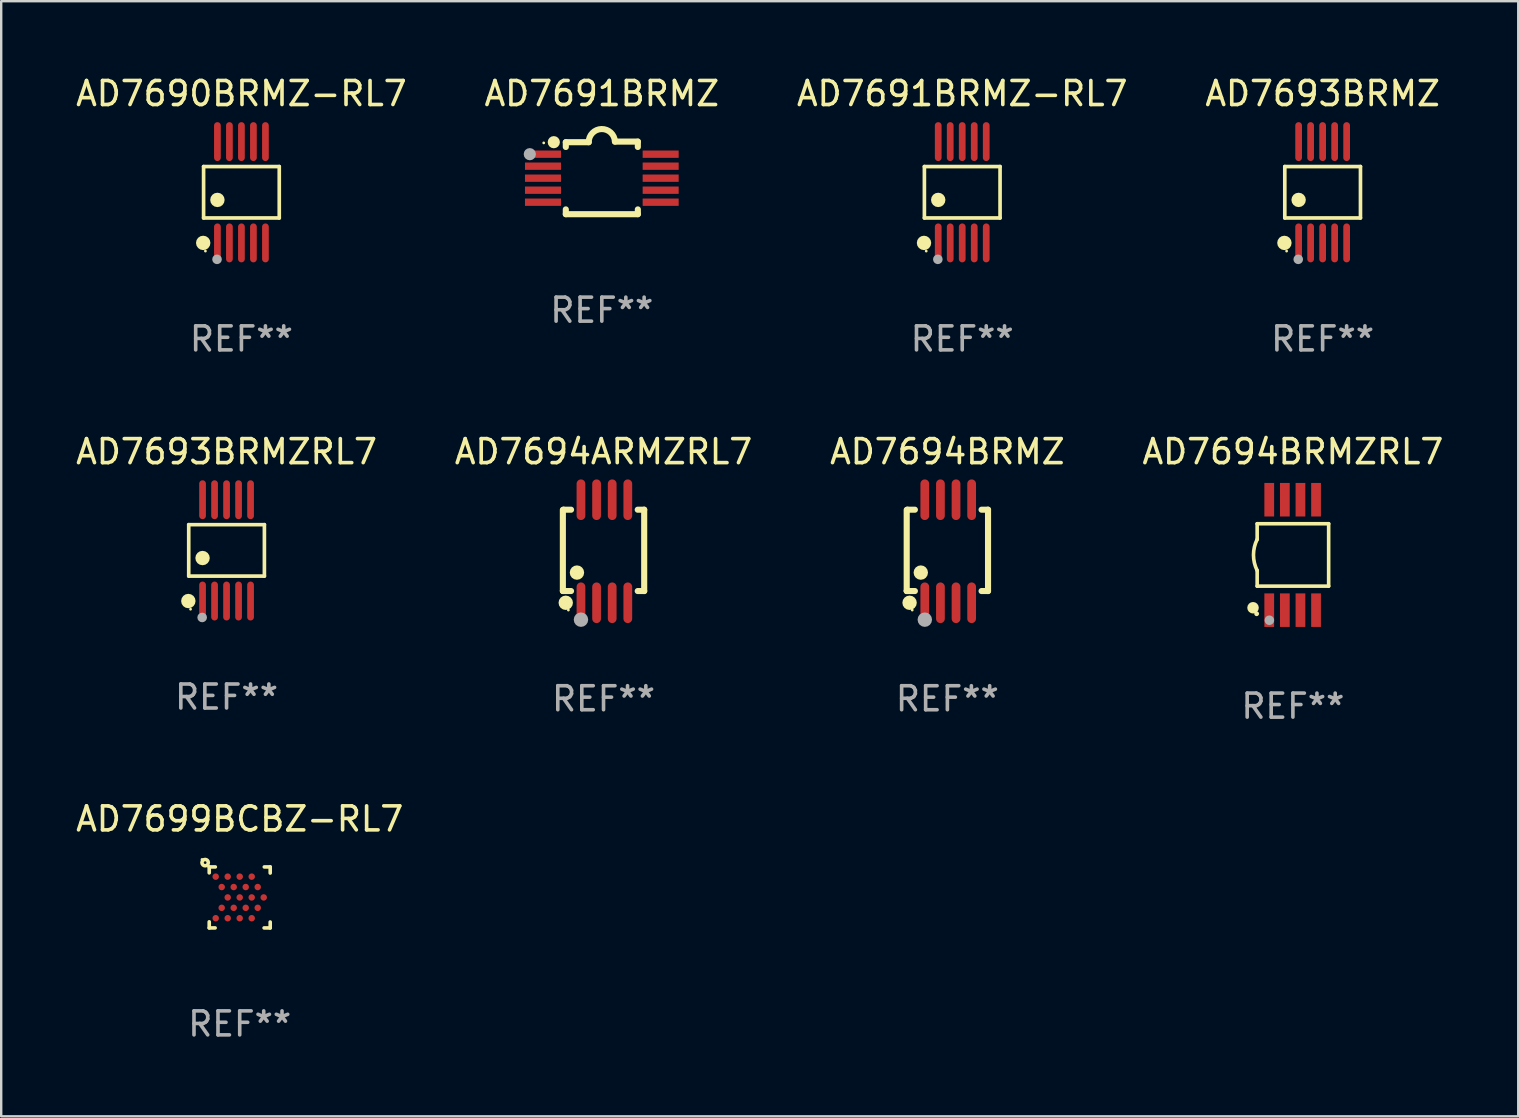
<source format=kicad_pcb>
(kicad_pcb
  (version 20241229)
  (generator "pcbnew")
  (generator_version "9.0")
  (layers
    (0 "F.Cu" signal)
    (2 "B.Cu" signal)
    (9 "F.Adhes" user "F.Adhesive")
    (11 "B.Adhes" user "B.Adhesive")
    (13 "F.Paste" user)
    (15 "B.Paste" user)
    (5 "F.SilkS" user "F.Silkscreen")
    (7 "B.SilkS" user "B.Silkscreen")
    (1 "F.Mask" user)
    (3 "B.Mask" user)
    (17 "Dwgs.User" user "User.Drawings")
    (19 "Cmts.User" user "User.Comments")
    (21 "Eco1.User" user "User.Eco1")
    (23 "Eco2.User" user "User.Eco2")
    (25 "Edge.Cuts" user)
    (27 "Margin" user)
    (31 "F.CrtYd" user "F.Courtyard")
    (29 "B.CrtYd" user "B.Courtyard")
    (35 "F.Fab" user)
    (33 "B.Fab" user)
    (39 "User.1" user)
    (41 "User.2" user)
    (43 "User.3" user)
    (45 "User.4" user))
  (footprint "AD7694BRMZRL7"
    (layer "F.Cu")
    (at 50.804 20.065)
    (property "Reference" "AD7694BRMZRL7" (at 0 -4.3 0) (layer "F.SilkS") (effects (font (size 1 1) (thickness 0.15))))
    (attr through_hole)
    (fp_line (start -1.489 -1.3) (end -1.489 -0.648) (stroke (width 0.15) (type solid)) (layer "F.SilkS"))
    (fp_line (start -1.489 0.648) (end -1.489 1.3) (stroke (width 0.15) (type solid)) (layer "F.SilkS"))
    (fp_line (start -1.489 1.3) (end 1.489 1.3) (stroke (width 0.15) (type solid)) (layer "F.SilkS"))
    (fp_line (start 1.489 -1.3) (end -1.489 -1.3) (stroke (width 0.15) (type solid)) (layer "F.SilkS"))
    (fp_line (start 1.489 1.3) (end 1.489 -1.3) (stroke (width 0.15) (type solid)) (layer "F.SilkS"))
    (fp_arc (start -1.489205 0.647702) (mid -1.642107 0) (end -1.489205 -0.647701) (stroke (width 0.150013) (type solid)) (layer "F.SilkS"))
    (fp_circle (center -1.661 2.2) (end -1.541 2.2) (stroke (width 0.24) (type solid)) (fill no) (layer "F.SilkS"))
    (fp_circle (center -1.511 2.45) (end -1.461 2.45) (stroke (width 0.1) (type solid)) (fill no) (layer "F.SilkS"))
    (fp_circle (center -0.981 2.72) (end -0.881 2.72) (stroke (width 0.2) (type solid)) (fill no) (layer "F.Fab"))
    (fp_text user "REF**" (at 0 6.3 0) (layer "F.Fab") (effects (font (size 1 1) (thickness 0.15))))
    (pad "1" smd rect (at -0.986 2.3) (size 0.406 1.397) (layers "F.Cu" "F.Mask" "F.Paste"))
    (pad "2" smd rect (at -0.336 2.3) (size 0.406 1.397) (layers "F.Cu" "F.Mask" "F.Paste"))
    (pad "3" smd rect (at 0.314 2.3) (size 0.406 1.397) (layers "F.Cu" "F.Mask" "F.Paste"))
    (pad "4" smd rect (at 0.964 2.3) (size 0.406 1.397) (layers "F.Cu" "F.Mask" "F.Paste"))
    (pad "5" smd rect (at 0.964 -2.3) (size 0.406 1.397) (layers "F.Cu" "F.Mask" "F.Paste"))
    (pad "6" smd rect (at 0.314 -2.3) (size 0.406 1.397) (layers "F.Cu" "F.Mask" "F.Paste"))
    (pad "7" smd rect (at -0.336 -2.3) (size 0.406 1.397) (layers "F.Cu" "F.Mask" "F.Paste"))
    (pad "8" smd rect (at -0.986 -2.3) (size 0.406 1.397) (layers "F.Cu" "F.Mask" "F.Paste")))
  (footprint "AD7690BRMZ-RL7"
    (layer "F.Cu")
    (at 7.006 4.958)
    (property "Reference" "AD7690BRMZ-RL7" (at 0 -4.11 0) (layer "F.SilkS") (effects (font (size 1 1) (thickness 0.15))))
    (attr through_hole)
    (fp_line (start -1.576 -1.071) (end 1.576 -1.071) (stroke (width 0.152) (type solid)) (layer "F.SilkS"))
    (fp_line (start -1.576 1.071) (end -1.576 -1.071) (stroke (width 0.152) (type solid)) (layer "F.SilkS"))
    (fp_line (start 1.576 -1.071) (end 1.576 1.071) (stroke (width 0.152) (type solid)) (layer "F.SilkS"))
    (fp_line (start 1.576 1.071) (end -1.576 1.071) (stroke (width 0.152) (type solid)) (layer "F.SilkS"))
    (fp_circle (center -1.592 2.11) (end -1.442 2.11) (stroke (width 0.3) (type solid)) (fill no) (layer "F.SilkS"))
    (fp_circle (center -1.5 2.45) (end -1.47 2.45) (stroke (width 0.06) (type solid)) (fill no) (layer "F.SilkS"))
    (fp_circle (center -1 0.319) (end -0.85 0.319) (stroke (width 0.3) (type solid)) (fill no) (layer "F.SilkS"))
    (fp_circle (center -1.016 2.794) (end -0.916 2.794) (stroke (width 0.2) (type solid)) (fill no) (layer "F.Fab"))
    (fp_text user "REF**" (at 0 6.11 0) (layer "F.Fab") (effects (font (size 1 1) (thickness 0.15))))
    (pad "1" smd oval (at -1 2.11) (size 0.28 1.62) (layers "F.Cu" "F.Mask" "F.Paste"))
    (pad "2" smd oval (at -0.5 2.11) (size 0.28 1.62) (layers "F.Cu" "F.Mask" "F.Paste"))
    (pad "3" smd oval (at 0 2.11) (size 0.28 1.62) (layers "F.Cu" "F.Mask" "F.Paste"))
    (pad "4" smd oval (at 0.5 2.11) (size 0.28 1.62) (layers "F.Cu" "F.Mask" "F.Paste"))
    (pad "5" smd oval (at 1 2.11) (size 0.28 1.62) (layers "F.Cu" "F.Mask" "F.Paste"))
    (pad "6" smd oval (at 1 -2.11) (size 0.28 1.62) (layers "F.Cu" "F.Mask" "F.Paste"))
    (pad "7" smd oval (at 0.5 -2.11) (size 0.28 1.62) (layers "F.Cu" "F.Mask" "F.Paste"))
    (pad "8" smd oval (at 0 -2.11) (size 0.28 1.62) (layers "F.Cu" "F.Mask" "F.Paste"))
    (pad "9" smd oval (at -0.5 -2.11) (size 0.28 1.62) (layers "F.Cu" "F.Mask" "F.Paste"))
    (pad "10" smd oval (at -1 -2.11) (size 0.28 1.62) (layers "F.Cu" "F.Mask" "F.Paste")))
  (footprint "AD7699BCBZ-RL7"
    (layer "F.Cu")
    (at 6.935 34.331)
    (property "Reference" "AD7699BCBZ-RL7" (at 0 -3.27 0) (layer "F.SilkS") (effects (font (size 1 1) (thickness 0.15))))
    (attr through_hole)
    (fp_line (start -1.27 -1.27) (end -1.016 -1.27) (stroke (width 0.15) (type solid)) (layer "F.SilkS"))
    (fp_line (start -1.27 -1.024) (end -1.27 -1.27) (stroke (width 0.15) (type solid)) (layer "F.SilkS"))
    (fp_line (start -1.27 1.27) (end -1.27 1.016) (stroke (width 0.15) (type solid)) (layer "F.SilkS"))
    (fp_line (start -1.024 1.27) (end -1.27 1.27) (stroke (width 0.15) (type solid)) (layer "F.SilkS"))
    (fp_line (start 1.024 -1.27) (end 1.27 -1.27) (stroke (width 0.15) (type solid)) (layer "F.SilkS"))
    (fp_line (start 1.27 -1.27) (end 1.27 -1.016) (stroke (width 0.15) (type solid)) (layer "F.SilkS"))
    (fp_line (start 1.27 1.024) (end 1.27 1.27) (stroke (width 0.15) (type solid)) (layer "F.SilkS"))
    (fp_line (start 1.27 1.27) (end 1.016 1.27) (stroke (width 0.15) (type solid)) (layer "F.SilkS"))
    (fp_circle (center -1.572 -1.582) (end -1.542 -1.582) (stroke (width 0.06) (type solid)) (fill no) (layer "F.SilkS"))
    (fp_circle (center -1.44 -1.45) (end -1.383 -1.45) (stroke (width 0.15) (type solid)) (fill no) (layer "F.SilkS"))
    (fp_text user "REF**" (at 0 5.27 0) (layer "F.Fab") (effects (font (size 1 1) (thickness 0.15))))
    (pad "A1" smd circle (at -1 -0.866) (size 0.27 0.27) (layers "F.Cu" "F.Mask" "F.Paste"))
    (pad "A3" smd circle (at -0.5 -0.866) (size 0.27 0.27) (layers "F.Cu" "F.Mask" "F.Paste"))
    (pad "A5" smd circle (at 0 -0.866) (size 0.27 0.27) (layers "F.Cu" "F.Mask" "F.Paste"))
    (pad "A7" smd circle (at 0.5 -0.866) (size 0.27 0.27) (layers "F.Cu" "F.Mask" "F.Paste"))
    (pad "B2" smd circle (at -0.75 -0.433) (size 0.27 0.27) (layers "F.Cu" "F.Mask" "F.Paste"))
    (pad "B4" smd circle (at -0.25 -0.433) (size 0.27 0.27) (layers "F.Cu" "F.Mask" "F.Paste"))
    (pad "B6" smd circle (at 0.25 -0.433) (size 0.27 0.27) (layers "F.Cu" "F.Mask" "F.Paste"))
    (pad "B8" smd circle (at 0.75 -0.433) (size 0.27 0.27) (layers "F.Cu" "F.Mask" "F.Paste"))
    (pad "C3" smd circle (at -0.5 -0.000102) (size 0.27 0.27) (layers "F.Cu" "F.Mask" "F.Paste"))
    (pad "C5" smd circle (at 0 -0.000102) (size 0.27 0.27) (layers "F.Cu" "F.Mask" "F.Paste"))
    (pad "C7" smd circle (at 0.5 -0.000102) (size 0.27 0.27) (layers "F.Cu" "F.Mask" "F.Paste"))
    (pad "C9" smd circle (at 1 -0.000102) (size 0.27 0.27) (layers "F.Cu" "F.Mask" "F.Paste"))
    (pad "D2" smd circle (at -0.75 0.433) (size 0.27 0.27) (layers "F.Cu" "F.Mask" "F.Paste"))
    (pad "D4" smd circle (at -0.25 0.433) (size 0.27 0.27) (layers "F.Cu" "F.Mask" "F.Paste"))
    (pad "D6" smd circle (at 0.25 0.433) (size 0.27 0.27) (layers "F.Cu" "F.Mask" "F.Paste"))
    (pad "D8" smd circle (at 0.75 0.433) (size 0.27 0.27) (layers "F.Cu" "F.Mask" "F.Paste"))
    (pad "E1" smd circle (at -1 0.866) (size 0.27 0.27) (layers "F.Cu" "F.Mask" "F.Paste"))
    (pad "E3" smd circle (at -0.5 0.866) (size 0.27 0.27) (layers "F.Cu" "F.Mask" "F.Paste"))
    (pad "E5" smd circle (at 0 0.866) (size 0.27 0.27) (layers "F.Cu" "F.Mask" "F.Paste"))
    (pad "E7" smd circle (at 0.5 0.866) (size 0.27 0.27) (layers "F.Cu" "F.Mask" "F.Paste")))
  (footprint "AD7693BRMZ"
    (layer "F.Cu")
    (at 52.042 4.958)
    (property "Reference" "AD7693BRMZ" (at 0 -4.11 0) (layer "F.SilkS") (effects (font (size 1 1) (thickness 0.15))))
    (attr through_hole)
    (fp_line (start -1.576 -1.071) (end 1.576 -1.071) (stroke (width 0.152) (type solid)) (layer "F.SilkS"))
    (fp_line (start -1.576 1.071) (end -1.576 -1.071) (stroke (width 0.152) (type solid)) (layer "F.SilkS"))
    (fp_line (start 1.576 -1.071) (end 1.576 1.071) (stroke (width 0.152) (type solid)) (layer "F.SilkS"))
    (fp_line (start 1.576 1.071) (end -1.576 1.071) (stroke (width 0.152) (type solid)) (layer "F.SilkS"))
    (fp_circle (center -1.592 2.11) (end -1.442 2.11) (stroke (width 0.3) (type solid)) (fill no) (layer "F.SilkS"))
    (fp_circle (center -1.5 2.45) (end -1.47 2.45) (stroke (width 0.06) (type solid)) (fill no) (layer "F.SilkS"))
    (fp_circle (center -1 0.319) (end -0.85 0.319) (stroke (width 0.3) (type solid)) (fill no) (layer "F.SilkS"))
    (fp_circle (center -1.016 2.794) (end -0.916 2.794) (stroke (width 0.2) (type solid)) (fill no) (layer "F.Fab"))
    (fp_text user "REF**" (at 0 6.11 0) (layer "F.Fab") (effects (font (size 1 1) (thickness 0.15))))
    (pad "1" smd oval (at -1 2.11) (size 0.28 1.62) (layers "F.Cu" "F.Mask" "F.Paste"))
    (pad "2" smd oval (at -0.5 2.11) (size 0.28 1.62) (layers "F.Cu" "F.Mask" "F.Paste"))
    (pad "3" smd oval (at 0 2.11) (size 0.28 1.62) (layers "F.Cu" "F.Mask" "F.Paste"))
    (pad "4" smd oval (at 0.5 2.11) (size 0.28 1.62) (layers "F.Cu" "F.Mask" "F.Paste"))
    (pad "5" smd oval (at 1 2.11) (size 0.28 1.62) (layers "F.Cu" "F.Mask" "F.Paste"))
    (pad "6" smd oval (at 1 -2.11) (size 0.28 1.62) (layers "F.Cu" "F.Mask" "F.Paste"))
    (pad "7" smd oval (at 0.5 -2.11) (size 0.28 1.62) (layers "F.Cu" "F.Mask" "F.Paste"))
    (pad "8" smd oval (at 0 -2.11) (size 0.28 1.62) (layers "F.Cu" "F.Mask" "F.Paste"))
    (pad "9" smd oval (at -0.5 -2.11) (size 0.28 1.62) (layers "F.Cu" "F.Mask" "F.Paste"))
    (pad "10" smd oval (at -1 -2.11) (size 0.28 1.62) (layers "F.Cu" "F.Mask" "F.Paste")))
  (footprint "AD7694ARMZRL7"
    (layer "F.Cu")
    (at 22.089 19.911)
    (property "Reference" "AD7694ARMZRL7" (at 0 -4.146 0) (layer "F.SilkS") (effects (font (size 1 1) (thickness 0.15))))
    (attr through_hole)
    (fp_line (start -1.694 -1.724) (end -1.694 1.652) (stroke (width 0.254) (type solid)) (layer "F.SilkS"))
    (fp_line (start -1.694 1.652) (end -1.688 1.658) (stroke (width 0.254) (type solid)) (layer "F.SilkS"))
    (fp_line (start -1.688 1.658) (end -1.353 1.658) (stroke (width 0.254) (type solid)) (layer "F.SilkS"))
    (fp_line (start -1.661 -1.73) (end -1.681 -1.71) (stroke (width 0.254) (type solid)) (layer "F.SilkS"))
    (fp_line (start -1.353 -1.73) (end -1.661 -1.73) (stroke (width 0.254) (type solid)) (layer "F.SilkS"))
    (fp_line (start 1.424 1.658) (end 1.694 1.658) (stroke (width 0.254) (type solid)) (layer "F.SilkS"))
    (fp_line (start 1.694 -1.73) (end 1.424 -1.73) (stroke (width 0.254) (type solid)) (layer "F.SilkS"))
    (fp_line (start 1.694 1.658) (end 1.694 -1.73) (stroke (width 0.254) (type solid)) (layer "F.SilkS"))
    (fp_circle (center -1.574 2.146) (end -1.424 2.146) (stroke (width 0.3) (type solid)) (fill no) (layer "F.SilkS"))
    (fp_circle (center -1.464 2.45) (end -1.434 2.45) (stroke (width 0.06) (type solid)) (fill no) (layer "F.SilkS"))
    (fp_circle (center -1.107 0.889) (end -0.957 0.889) (stroke (width 0.3) (type solid)) (fill no) (layer "F.SilkS"))
    (fp_circle (center -0.94 2.85) (end -0.789 2.85) (stroke (width 0.3) (type solid)) (fill no) (layer "F.Fab"))
    (fp_text user "REF**" (at 0 6.146 0) (layer "F.Fab") (effects (font (size 1 1) (thickness 0.15))))
    (pad "1" smd oval (at -0.94 2.146) (size 0.364 1.692) (layers "F.Cu" "F.Mask" "F.Paste"))
    (pad "2" smd oval (at -0.289 2.146) (size 0.364 1.692) (layers "F.Cu" "F.Mask" "F.Paste"))
    (pad "3" smd oval (at 0.361 2.146) (size 0.364 1.692) (layers "F.Cu" "F.Mask" "F.Paste"))
    (pad "4" smd oval (at 1.011 2.146) (size 0.364 1.692) (layers "F.Cu" "F.Mask" "F.Paste"))
    (pad "5" smd oval (at 1.011 -2.146) (size 0.364 1.692) (layers "F.Cu" "F.Mask" "F.Paste"))
    (pad "6" smd oval (at 0.361 -2.146) (size 0.364 1.692) (layers "F.Cu" "F.Mask" "F.Paste"))
    (pad "7" smd oval (at -0.289 -2.146) (size 0.364 1.692) (layers "F.Cu" "F.Mask" "F.Paste"))
    (pad "8" smd oval (at -0.94 -2.146) (size 0.364 1.692) (layers "F.Cu" "F.Mask" "F.Paste")))
  (footprint "AD7694BRMZ"
    (layer "F.Cu")
    (at 36.411 19.911)
    (property "Reference" "AD7694BRMZ" (at 0 -4.146 0) (layer "F.SilkS") (effects (font (size 1 1) (thickness 0.15))))
    (attr through_hole)
    (fp_line (start -1.694 -1.724) (end -1.694 1.652) (stroke (width 0.254) (type solid)) (layer "F.SilkS"))
    (fp_line (start -1.694 1.652) (end -1.688 1.658) (stroke (width 0.254) (type solid)) (layer "F.SilkS"))
    (fp_line (start -1.688 1.658) (end -1.353 1.658) (stroke (width 0.254) (type solid)) (layer "F.SilkS"))
    (fp_line (start -1.661 -1.73) (end -1.681 -1.71) (stroke (width 0.254) (type solid)) (layer "F.SilkS"))
    (fp_line (start -1.353 -1.73) (end -1.661 -1.73) (stroke (width 0.254) (type solid)) (layer "F.SilkS"))
    (fp_line (start 1.424 1.658) (end 1.694 1.658) (stroke (width 0.254) (type solid)) (layer "F.SilkS"))
    (fp_line (start 1.694 -1.73) (end 1.424 -1.73) (stroke (width 0.254) (type solid)) (layer "F.SilkS"))
    (fp_line (start 1.694 1.658) (end 1.694 -1.73) (stroke (width 0.254) (type solid)) (layer "F.SilkS"))
    (fp_circle (center -1.574 2.146) (end -1.424 2.146) (stroke (width 0.3) (type solid)) (fill no) (layer "F.SilkS"))
    (fp_circle (center -1.464 2.45) (end -1.434 2.45) (stroke (width 0.06) (type solid)) (fill no) (layer "F.SilkS"))
    (fp_circle (center -1.107 0.889) (end -0.957 0.889) (stroke (width 0.3) (type solid)) (fill no) (layer "F.SilkS"))
    (fp_circle (center -0.94 2.85) (end -0.789 2.85) (stroke (width 0.3) (type solid)) (fill no) (layer "F.Fab"))
    (fp_text user "REF**" (at 0 6.146 0) (layer "F.Fab") (effects (font (size 1 1) (thickness 0.15))))
    (pad "1" smd oval (at -0.94 2.146) (size 0.364 1.692) (layers "F.Cu" "F.Mask" "F.Paste"))
    (pad "2" smd oval (at -0.289 2.146) (size 0.364 1.692) (layers "F.Cu" "F.Mask" "F.Paste"))
    (pad "3" smd oval (at 0.361 2.146) (size 0.364 1.692) (layers "F.Cu" "F.Mask" "F.Paste"))
    (pad "4" smd oval (at 1.011 2.146) (size 0.364 1.692) (layers "F.Cu" "F.Mask" "F.Paste"))
    (pad "5" smd oval (at 1.011 -2.146) (size 0.364 1.692) (layers "F.Cu" "F.Mask" "F.Paste"))
    (pad "6" smd oval (at 0.361 -2.146) (size 0.364 1.692) (layers "F.Cu" "F.Mask" "F.Paste"))
    (pad "7" smd oval (at -0.289 -2.146) (size 0.364 1.692) (layers "F.Cu" "F.Mask" "F.Paste"))
    (pad "8" smd oval (at -0.94 -2.146) (size 0.364 1.692) (layers "F.Cu" "F.Mask" "F.Paste")))
  (footprint "AD7691BRMZ"
    (layer "F.Cu")
    (at 22.018 4.36)
    (property "Reference" "AD7691BRMZ" (at 0 -3.512 0) (layer "F.SilkS") (effects (font (size 1 1) (thickness 0.15))))
    (attr through_hole)
    (fp_line (start -1.5 -1.288) (end -1.5 -1.487) (stroke (width 0.254) (type solid)) (layer "F.SilkS"))
    (fp_line (start -1.5 1.512) (end -1.5 1.312) (stroke (width 0.254) (type solid)) (layer "F.SilkS"))
    (fp_line (start -0.546 -1.487) (end -1.5 -1.487) (stroke (width 0.254) (type solid)) (layer "F.SilkS"))
    (fp_line (start 1.5 -1.512) (end 0.546 -1.512) (stroke (width 0.254) (type solid)) (layer "F.SilkS"))
    (fp_line (start 1.5 -1.288) (end 1.5 -1.512) (stroke (width 0.254) (type solid)) (layer "F.SilkS"))
    (fp_line (start 1.5 1.512) (end -1.5 1.512) (stroke (width 0.254) (type solid)) (layer "F.SilkS"))
    (fp_line (start 1.5 1.512) (end 1.5 1.312) (stroke (width 0.254) (type solid)) (layer "F.SilkS"))
    (fp_arc (start -0.546151 -1.486601) (mid -0.01246 -2.032889) (end 0.54605 -1.512002) (stroke (width 0.254001) (type solid)) (layer "F.SilkS"))
    (fp_circle (center -2.42 -1.458) (end -2.39 -1.458) (stroke (width 0.06) (type solid)) (fill no) (layer "F.SilkS"))
    (fp_circle (center -2 -1.488) (end -1.873 -1.488) (stroke (width 0.254) (type solid)) (fill no) (layer "F.SilkS"))
    (fp_circle (center -3 -0.988) (end -2.873 -0.988) (stroke (width 0.254) (type solid)) (fill no) (layer "F.Fab"))
    (fp_text user "REF**" (at 0 5.512 0) (layer "F.Fab") (effects (font (size 1 1) (thickness 0.15))))
    (pad "1" smd rect (at -2.451 -0.988) (size 1.5 0.305) (layers "F.Cu" "F.Mask" "F.Paste"))
    (pad "2" smd rect (at -2.451 -0.488) (size 1.5 0.305) (layers "F.Cu" "F.Mask" "F.Paste"))
    (pad "3" smd rect (at -2.451 0.012) (size 1.5 0.305) (layers "F.Cu" "F.Mask" "F.Paste"))
    (pad "4" smd rect (at -2.451 0.512) (size 1.5 0.305) (layers "F.Cu" "F.Mask" "F.Paste"))
    (pad "5" smd rect (at -2.451 1.012) (size 1.5 0.305) (layers "F.Cu" "F.Mask" "F.Paste"))
    (pad "6" smd rect (at 2.451 1.012) (size 1.5 0.305) (layers "F.Cu" "F.Mask" "F.Paste"))
    (pad "7" smd rect (at 2.451 0.512) (size 1.5 0.305) (layers "F.Cu" "F.Mask" "F.Paste"))
    (pad "8" smd rect (at 2.451 0.012) (size 1.5 0.305) (layers "F.Cu" "F.Mask" "F.Paste"))
    (pad "9" smd rect (at 2.451 -0.488) (size 1.5 0.305) (layers "F.Cu" "F.Mask" "F.Paste"))
    (pad "10" smd rect (at 2.451 -0.988) (size 1.5 0.305) (layers "F.Cu" "F.Mask" "F.Paste")))
  (footprint "AD7691BRMZ-RL7"
    (layer "F.Cu")
    (at 37.03 4.958)
    (property "Reference" "AD7691BRMZ-RL7" (at 0 -4.11 0) (layer "F.SilkS") (effects (font (size 1 1) (thickness 0.15))))
    (attr through_hole)
    (fp_line (start -1.576 -1.071) (end 1.576 -1.071) (stroke (width 0.152) (type solid)) (layer "F.SilkS"))
    (fp_line (start -1.576 1.071) (end -1.576 -1.071) (stroke (width 0.152) (type solid)) (layer "F.SilkS"))
    (fp_line (start 1.576 -1.071) (end 1.576 1.071) (stroke (width 0.152) (type solid)) (layer "F.SilkS"))
    (fp_line (start 1.576 1.071) (end -1.576 1.071) (stroke (width 0.152) (type solid)) (layer "F.SilkS"))
    (fp_circle (center -1.592 2.11) (end -1.442 2.11) (stroke (width 0.3) (type solid)) (fill no) (layer "F.SilkS"))
    (fp_circle (center -1.5 2.45) (end -1.47 2.45) (stroke (width 0.06) (type solid)) (fill no) (layer "F.SilkS"))
    (fp_circle (center -1 0.319) (end -0.85 0.319) (stroke (width 0.3) (type solid)) (fill no) (layer "F.SilkS"))
    (fp_circle (center -1.016 2.794) (end -0.916 2.794) (stroke (width 0.2) (type solid)) (fill no) (layer "F.Fab"))
    (fp_text user "REF**" (at 0 6.11 0) (layer "F.Fab") (effects (font (size 1 1) (thickness 0.15))))
    (pad "1" smd oval (at -1 2.11) (size 0.28 1.62) (layers "F.Cu" "F.Mask" "F.Paste"))
    (pad "2" smd oval (at -0.5 2.11) (size 0.28 1.62) (layers "F.Cu" "F.Mask" "F.Paste"))
    (pad "3" smd oval (at 0 2.11) (size 0.28 1.62) (layers "F.Cu" "F.Mask" "F.Paste"))
    (pad "4" smd oval (at 0.5 2.11) (size 0.28 1.62) (layers "F.Cu" "F.Mask" "F.Paste"))
    (pad "5" smd oval (at 1 2.11) (size 0.28 1.62) (layers "F.Cu" "F.Mask" "F.Paste"))
    (pad "6" smd oval (at 1 -2.11) (size 0.28 1.62) (layers "F.Cu" "F.Mask" "F.Paste"))
    (pad "7" smd oval (at 0.5 -2.11) (size 0.28 1.62) (layers "F.Cu" "F.Mask" "F.Paste"))
    (pad "8" smd oval (at 0 -2.11) (size 0.28 1.62) (layers "F.Cu" "F.Mask" "F.Paste"))
    (pad "9" smd oval (at -0.5 -2.11) (size 0.28 1.62) (layers "F.Cu" "F.Mask" "F.Paste"))
    (pad "10" smd oval (at -1 -2.11) (size 0.28 1.62) (layers "F.Cu" "F.Mask" "F.Paste")))
  (footprint "AD7693BRMZRL7"
    (layer "F.Cu")
    (at 6.387 19.875)
    (property "Reference" "AD7693BRMZRL7" (at 0 -4.11 0) (layer "F.SilkS") (effects (font (size 1 1) (thickness 0.15))))
    (attr through_hole)
    (fp_line (start -1.576 -1.071) (end 1.576 -1.071) (stroke (width 0.152) (type solid)) (layer "F.SilkS"))
    (fp_line (start -1.576 1.071) (end -1.576 -1.071) (stroke (width 0.152) (type solid)) (layer "F.SilkS"))
    (fp_line (start 1.576 -1.071) (end 1.576 1.071) (stroke (width 0.152) (type solid)) (layer "F.SilkS"))
    (fp_line (start 1.576 1.071) (end -1.576 1.071) (stroke (width 0.152) (type solid)) (layer "F.SilkS"))
    (fp_circle (center -1.592 2.11) (end -1.442 2.11) (stroke (width 0.3) (type solid)) (fill no) (layer "F.SilkS"))
    (fp_circle (center -1.5 2.45) (end -1.47 2.45) (stroke (width 0.06) (type solid)) (fill no) (layer "F.SilkS"))
    (fp_circle (center -1 0.319) (end -0.85 0.319) (stroke (width 0.3) (type solid)) (fill no) (layer "F.SilkS"))
    (fp_circle (center -1.016 2.794) (end -0.916 2.794) (stroke (width 0.2) (type solid)) (fill no) (layer "F.Fab"))
    (fp_text user "REF**" (at 0 6.11 0) (layer "F.Fab") (effects (font (size 1 1) (thickness 0.15))))
    (pad "1" smd oval (at -1 2.11) (size 0.28 1.62) (layers "F.Cu" "F.Mask" "F.Paste"))
    (pad "2" smd oval (at -0.5 2.11) (size 0.28 1.62) (layers "F.Cu" "F.Mask" "F.Paste"))
    (pad "3" smd oval (at 0 2.11) (size 0.28 1.62) (layers "F.Cu" "F.Mask" "F.Paste"))
    (pad "4" smd oval (at 0.5 2.11) (size 0.28 1.62) (layers "F.Cu" "F.Mask" "F.Paste"))
    (pad "5" smd oval (at 1 2.11) (size 0.28 1.62) (layers "F.Cu" "F.Mask" "F.Paste"))
    (pad "6" smd oval (at 1 -2.11) (size 0.28 1.62) (layers "F.Cu" "F.Mask" "F.Paste"))
    (pad "7" smd oval (at 0.5 -2.11) (size 0.28 1.62) (layers "F.Cu" "F.Mask" "F.Paste"))
    (pad "8" smd oval (at 0 -2.11) (size 0.28 1.62) (layers "F.Cu" "F.Mask" "F.Paste"))
    (pad "9" smd oval (at -0.5 -2.11) (size 0.28 1.62) (layers "F.Cu" "F.Mask" "F.Paste"))
    (pad "10" smd oval (at -1 -2.11) (size 0.28 1.62) (layers "F.Cu" "F.Mask" "F.Paste")))
  (gr_rect
    (start -3 -3)
    (end 60.19 43.449)
    (stroke (width 0.1) (type default))
    (fill no)
    (layer "Edge.Cuts")))
</source>
